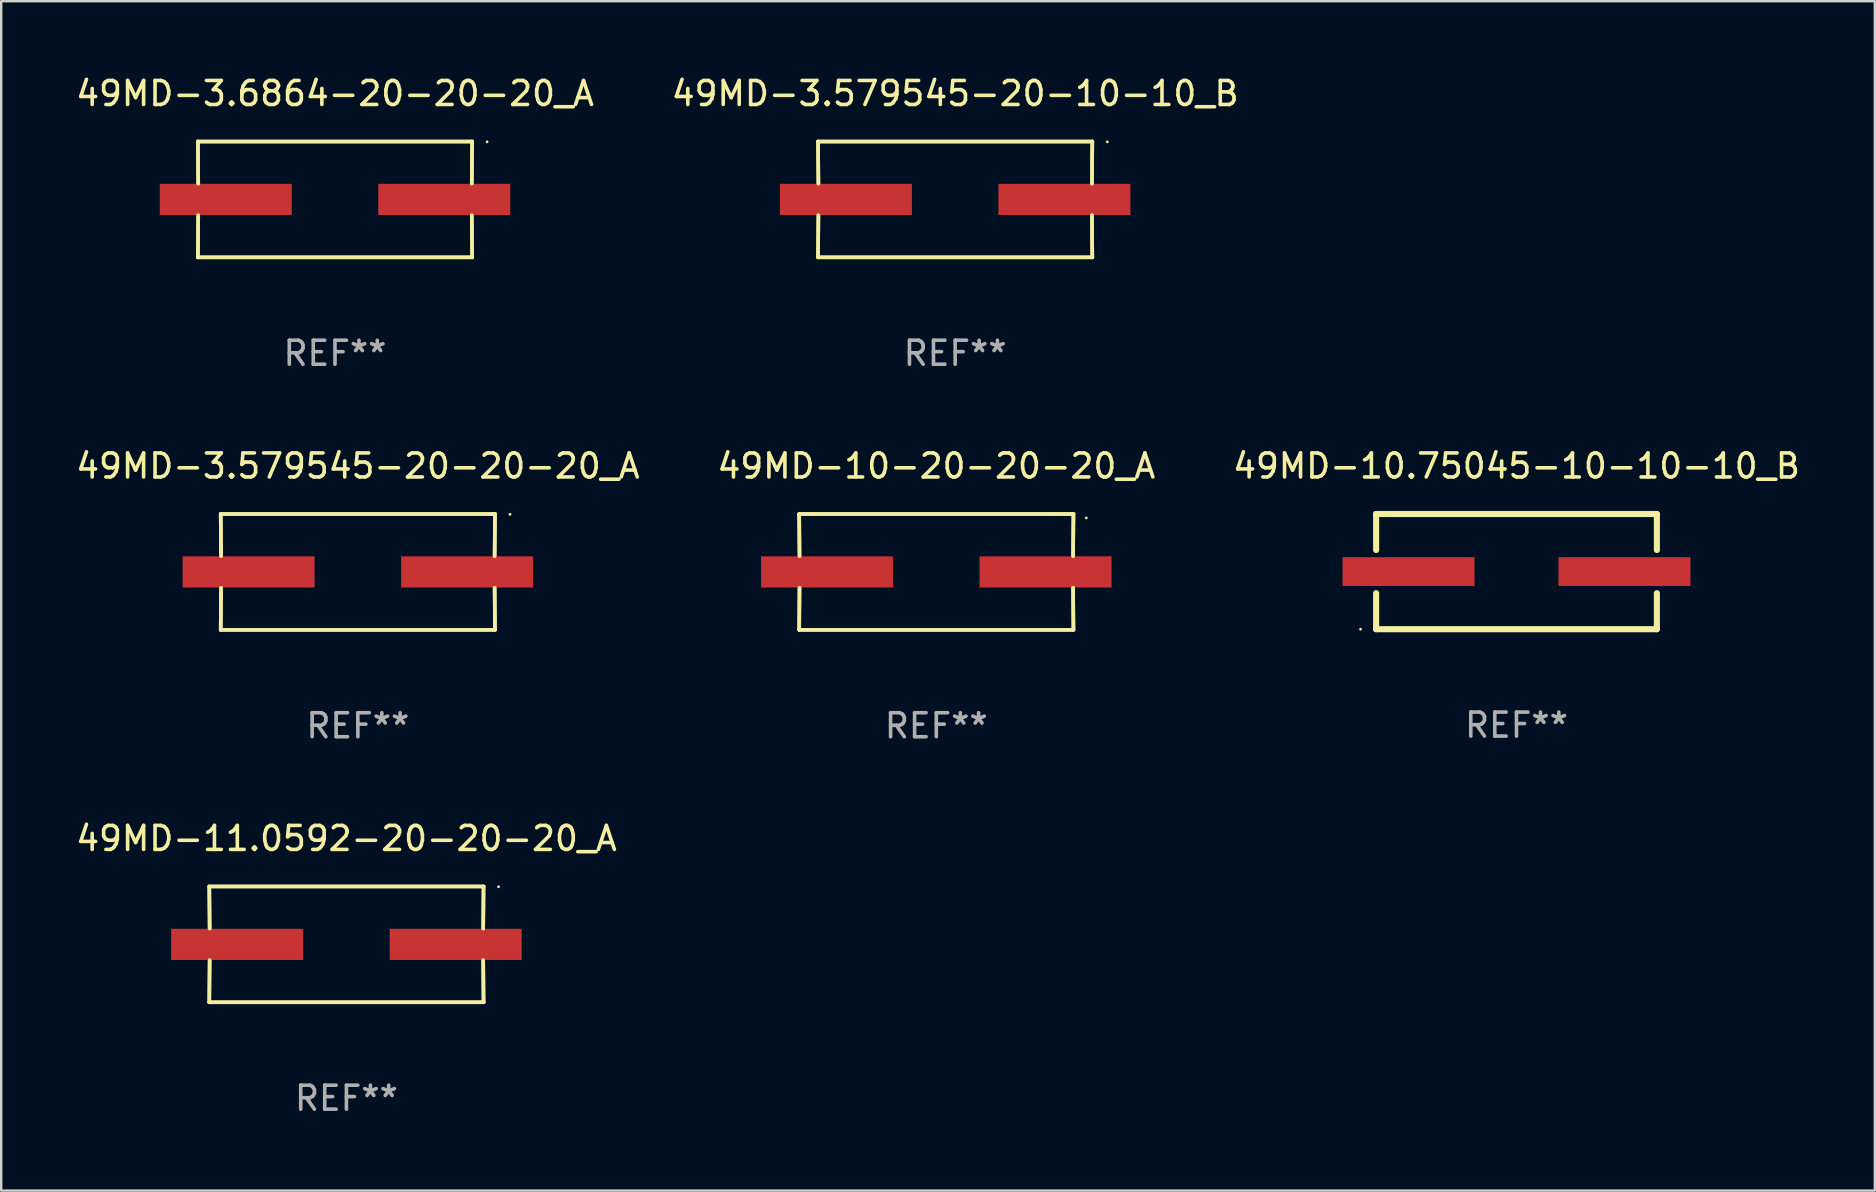
<source format=kicad_pcb>
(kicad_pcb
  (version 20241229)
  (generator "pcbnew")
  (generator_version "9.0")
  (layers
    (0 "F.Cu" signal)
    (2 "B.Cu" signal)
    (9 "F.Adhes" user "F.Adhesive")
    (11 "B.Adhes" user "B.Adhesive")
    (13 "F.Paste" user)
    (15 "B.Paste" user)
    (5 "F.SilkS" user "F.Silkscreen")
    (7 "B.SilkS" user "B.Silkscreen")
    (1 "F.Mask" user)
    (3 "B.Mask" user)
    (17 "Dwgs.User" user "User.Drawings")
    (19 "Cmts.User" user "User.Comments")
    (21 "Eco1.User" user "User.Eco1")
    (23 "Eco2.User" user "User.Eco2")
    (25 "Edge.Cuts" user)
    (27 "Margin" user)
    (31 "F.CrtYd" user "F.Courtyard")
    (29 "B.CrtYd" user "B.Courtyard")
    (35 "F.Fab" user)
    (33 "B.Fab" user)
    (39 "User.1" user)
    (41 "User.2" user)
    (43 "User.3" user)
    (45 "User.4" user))
  (footprint "49MD-10-20-20-20_A"
    (layer "F.Cu")
    (at 35.97 20.784)
    (property "Reference" "49MD-10-20-20-20_A" (at 0 -4.413 0) (layer "F.SilkS") (effects (font (size 1 1) (thickness 0.15))))
    (attr through_hole)
    (fp_line (start -5.715 -2.413) (end -5.7 -0.662) (stroke (width 0.152) (type solid)) (layer "F.SilkS"))
    (fp_line (start -5.715 -2.413) (end -5.7 -0.662) (stroke (width 0.152) (type solid)) (layer "F.SilkS"))
    (fp_line (start -5.715 2.413) (end 5.715 2.413) (stroke (width 0.152) (type solid)) (layer "F.SilkS"))
    (fp_line (start -5.715 2.413) (end 5.715 2.413) (stroke (width 0.152) (type solid)) (layer "F.SilkS"))
    (fp_line (start -5.7 0.662) (end -5.715 2.413) (stroke (width 0.152) (type solid)) (layer "F.SilkS"))
    (fp_line (start -5.7 0.662) (end -5.715 2.413) (stroke (width 0.152) (type solid)) (layer "F.SilkS"))
    (fp_line (start 5.7 -0.662) (end 5.715 -2.413) (stroke (width 0.152) (type solid)) (layer "F.SilkS"))
    (fp_line (start 5.7 -0.662) (end 5.715 -2.413) (stroke (width 0.152) (type solid)) (layer "F.SilkS"))
    (fp_line (start 5.715 -2.413) (end -5.715 -2.413) (stroke (width 0.152) (type solid)) (layer "F.SilkS"))
    (fp_line (start 5.715 -2.413) (end -5.715 -2.413) (stroke (width 0.152) (type solid)) (layer "F.SilkS"))
    (fp_line (start 5.715 2.413) (end 5.7 0.662) (stroke (width 0.152) (type solid)) (layer "F.SilkS"))
    (fp_line (start 5.715 2.413) (end 5.7 0.662) (stroke (width 0.152) (type solid)) (layer "F.SilkS"))
    (fp_circle (center 6.25 -2.25) (end 6.28 -2.25) (stroke (width 0.06) (type solid)) (fill no) (layer "F.SilkS"))
    (fp_text user "REF**" (at 0 6.413 0) (layer "F.Fab") (effects (font (size 1 1) (thickness 0.15))))
    (pad "1" smd rect (at 4.553 0.000127) (size 5.5 1.3) (layers "F.Cu" "F.Mask" "F.Paste"))
    (pad "2" smd rect (at -4.553 0.000127) (size 5.5 1.3) (layers "F.Cu" "F.Mask" "F.Paste")))
  (footprint "49MD-10.75045-10-10-10_B"
    (layer "F.Cu")
    (at 60.149 20.771)
    (property "Reference" "49MD-10.75045-10-10-10_B" (at 0 -4.4 0) (layer "F.SilkS") (effects (font (size 1 1) (thickness 0.15))))
    (attr through_hole)
    (fp_line (start -5.85 -2.4) (end 5.85 -2.4) (stroke (width 0.254) (type solid)) (layer "F.SilkS"))
    (fp_line (start -5.85 -2.4) (end -5.85 -0.9) (stroke (width 0.254) (type solid)) (layer "F.SilkS"))
    (fp_line (start -5.85 2.4) (end 5.85 2.4) (stroke (width 0.254) (type solid)) (layer "F.SilkS"))
    (fp_line (start -5.85 0.9) (end -5.85 2.4) (stroke (width 0.254) (type solid)) (layer "F.SilkS"))
    (fp_line (start 5.85 -2.4) (end 5.85 -0.9) (stroke (width 0.254) (type solid)) (layer "F.SilkS"))
    (fp_line (start 5.85 0.9) (end 5.85 2.4) (stroke (width 0.254) (type solid)) (layer "F.SilkS"))
    (fp_circle (center -6.5 2.4) (end -6.47 2.4) (stroke (width 0.06) (type solid)) (fill no) (layer "F.SilkS"))
    (fp_text user "REF**" (at 0 6.4 0) (layer "F.Fab") (effects (font (size 1 1) (thickness 0.15))))
    (pad "1" smd rect (at -4.5 -0.000025) (size 5.5 1.2) (layers "F.Cu" "F.Mask" "F.Paste"))
    (pad "2" smd rect (at 4.5 -0.000025) (size 5.5 1.2) (layers "F.Cu" "F.Mask" "F.Paste")))
  (footprint "49MD-3.6864-20-20-20_A"
    (layer "F.Cu")
    (at 10.911 5.261)
    (property "Reference" "49MD-3.6864-20-20-20_A" (at 0 -4.413 0) (layer "F.SilkS") (effects (font (size 1 1) (thickness 0.15))))
    (attr through_hole)
    (fp_line (start -5.715 -2.413) (end -5.7 -0.662) (stroke (width 0.152) (type solid)) (layer "F.SilkS"))
    (fp_line (start -5.715 -2.413) (end -5.7 -0.662) (stroke (width 0.152) (type solid)) (layer "F.SilkS"))
    (fp_line (start -5.715 2.413) (end 5.715 2.413) (stroke (width 0.152) (type solid)) (layer "F.SilkS"))
    (fp_line (start -5.715 2.413) (end 5.715 2.413) (stroke (width 0.152) (type solid)) (layer "F.SilkS"))
    (fp_line (start -5.7 0.662) (end -5.715 2.413) (stroke (width 0.152) (type solid)) (layer "F.SilkS"))
    (fp_line (start -5.7 0.662) (end -5.715 2.413) (stroke (width 0.152) (type solid)) (layer "F.SilkS"))
    (fp_line (start 5.7 -0.662) (end 5.715 -2.413) (stroke (width 0.152) (type solid)) (layer "F.SilkS"))
    (fp_line (start 5.7 -0.662) (end 5.715 -2.413) (stroke (width 0.152) (type solid)) (layer "F.SilkS"))
    (fp_line (start 5.715 -2.413) (end -5.715 -2.413) (stroke (width 0.152) (type solid)) (layer "F.SilkS"))
    (fp_line (start 5.715 -2.413) (end -5.715 -2.413) (stroke (width 0.152) (type solid)) (layer "F.SilkS"))
    (fp_line (start 5.715 2.413) (end 5.7 0.662) (stroke (width 0.152) (type solid)) (layer "F.SilkS"))
    (fp_line (start 5.715 2.413) (end 5.7 0.662) (stroke (width 0.152) (type solid)) (layer "F.SilkS"))
    (fp_circle (center 6.34 -2.4) (end 6.37 -2.4) (stroke (width 0.06) (type solid)) (fill no) (layer "F.SilkS"))
    (fp_text user "REF**" (at 0 6.413 0) (layer "F.Fab") (effects (font (size 1 1) (thickness 0.15))))
    (pad "1" smd rect (at 4.553 0) (size 5.5 1.3) (layers "F.Cu" "F.Mask" "F.Paste"))
    (pad "2" smd rect (at -4.553 0) (size 5.5 1.3) (layers "F.Cu" "F.Mask" "F.Paste")))
  (footprint "49MD-3.579545-20-20-20_A"
    (layer "F.Cu")
    (at 11.863 20.784)
    (property "Reference" "49MD-3.579545-20-20-20_A" (at 0 -4.413 0) (layer "F.SilkS") (effects (font (size 1 1) (thickness 0.15))))
    (attr through_hole)
    (fp_line (start -5.715 -2.413) (end -5.7 -0.662) (stroke (width 0.152) (type solid)) (layer "F.SilkS"))
    (fp_line (start -5.715 -2.413) (end -5.7 -0.662) (stroke (width 0.152) (type solid)) (layer "F.SilkS"))
    (fp_line (start -5.715 2.413) (end 5.715 2.413) (stroke (width 0.152) (type solid)) (layer "F.SilkS"))
    (fp_line (start -5.715 2.413) (end 5.715 2.413) (stroke (width 0.152) (type solid)) (layer "F.SilkS"))
    (fp_line (start -5.7 0.662) (end -5.715 2.413) (stroke (width 0.152) (type solid)) (layer "F.SilkS"))
    (fp_line (start -5.7 0.662) (end -5.715 2.413) (stroke (width 0.152) (type solid)) (layer "F.SilkS"))
    (fp_line (start 5.7 -0.662) (end 5.715 -2.413) (stroke (width 0.152) (type solid)) (layer "F.SilkS"))
    (fp_line (start 5.7 -0.662) (end 5.715 -2.413) (stroke (width 0.152) (type solid)) (layer "F.SilkS"))
    (fp_line (start 5.715 -2.413) (end -5.715 -2.413) (stroke (width 0.152) (type solid)) (layer "F.SilkS"))
    (fp_line (start 5.715 -2.413) (end -5.715 -2.413) (stroke (width 0.152) (type solid)) (layer "F.SilkS"))
    (fp_line (start 5.715 2.413) (end 5.7 0.662) (stroke (width 0.152) (type solid)) (layer "F.SilkS"))
    (fp_line (start 5.715 2.413) (end 5.7 0.662) (stroke (width 0.152) (type solid)) (layer "F.SilkS"))
    (fp_circle (center 6.34 -2.4) (end 6.37 -2.4) (stroke (width 0.06) (type solid)) (fill no) (layer "F.SilkS"))
    (fp_text user "REF**" (at 0 6.413 0) (layer "F.Fab") (effects (font (size 1 1) (thickness 0.15))))
    (pad "1" smd rect (at 4.553 0) (size 5.5 1.3) (layers "F.Cu" "F.Mask" "F.Paste"))
    (pad "2" smd rect (at -4.553 0) (size 5.5 1.3) (layers "F.Cu" "F.Mask" "F.Paste")))
  (footprint "49MD-11.0592-20-20-20_A"
    (layer "F.Cu")
    (at 11.387 36.306)
    (property "Reference" "49MD-11.0592-20-20-20_A" (at 0 -4.413 0) (layer "F.SilkS") (effects (font (size 1 1) (thickness 0.15))))
    (attr through_hole)
    (fp_line (start -5.715 -2.413) (end -5.7 -0.662) (stroke (width 0.152) (type solid)) (layer "F.SilkS"))
    (fp_line (start -5.715 -2.413) (end -5.7 -0.662) (stroke (width 0.152) (type solid)) (layer "F.SilkS"))
    (fp_line (start -5.715 2.413) (end 5.715 2.413) (stroke (width 0.152) (type solid)) (layer "F.SilkS"))
    (fp_line (start -5.715 2.413) (end 5.715 2.413) (stroke (width 0.152) (type solid)) (layer "F.SilkS"))
    (fp_line (start -5.7 0.662) (end -5.715 2.413) (stroke (width 0.152) (type solid)) (layer "F.SilkS"))
    (fp_line (start -5.7 0.662) (end -5.715 2.413) (stroke (width 0.152) (type solid)) (layer "F.SilkS"))
    (fp_line (start 5.7 -0.662) (end 5.715 -2.413) (stroke (width 0.152) (type solid)) (layer "F.SilkS"))
    (fp_line (start 5.7 -0.662) (end 5.715 -2.413) (stroke (width 0.152) (type solid)) (layer "F.SilkS"))
    (fp_line (start 5.715 -2.413) (end -5.715 -2.413) (stroke (width 0.152) (type solid)) (layer "F.SilkS"))
    (fp_line (start 5.715 -2.413) (end -5.715 -2.413) (stroke (width 0.152) (type solid)) (layer "F.SilkS"))
    (fp_line (start 5.715 2.413) (end 5.7 0.662) (stroke (width 0.152) (type solid)) (layer "F.SilkS"))
    (fp_line (start 5.715 2.413) (end 5.7 0.662) (stroke (width 0.152) (type solid)) (layer "F.SilkS"))
    (fp_circle (center 6.34 -2.4) (end 6.37 -2.4) (stroke (width 0.06) (type solid)) (fill no) (layer "F.SilkS"))
    (fp_text user "REF**" (at 0 6.413 0) (layer "F.Fab") (effects (font (size 1 1) (thickness 0.15))))
    (pad "1" smd rect (at 4.553 0) (size 5.5 1.3) (layers "F.Cu" "F.Mask" "F.Paste"))
    (pad "2" smd rect (at -4.553 0) (size 5.5 1.3) (layers "F.Cu" "F.Mask" "F.Paste")))
  (footprint "49MD-3.579545-20-10-10_B"
    (layer "F.Cu")
    (at 36.756 5.261)
    (property "Reference" "49MD-3.579545-20-10-10_B" (at 0 -4.413 0) (layer "F.SilkS") (effects (font (size 1 1) (thickness 0.15))))
    (attr through_hole)
    (fp_line (start -5.715 -2.413) (end -5.7 -0.662) (stroke (width 0.152) (type solid)) (layer "F.SilkS"))
    (fp_line (start -5.715 -2.413) (end -5.7 -0.662) (stroke (width 0.152) (type solid)) (layer "F.SilkS"))
    (fp_line (start -5.715 2.413) (end 5.715 2.413) (stroke (width 0.152) (type solid)) (layer "F.SilkS"))
    (fp_line (start -5.715 2.413) (end 5.715 2.413) (stroke (width 0.152) (type solid)) (layer "F.SilkS"))
    (fp_line (start -5.7 0.662) (end -5.715 2.413) (stroke (width 0.152) (type solid)) (layer "F.SilkS"))
    (fp_line (start -5.7 0.662) (end -5.715 2.413) (stroke (width 0.152) (type solid)) (layer "F.SilkS"))
    (fp_line (start 5.7 -0.662) (end 5.715 -2.413) (stroke (width 0.152) (type solid)) (layer "F.SilkS"))
    (fp_line (start 5.7 -0.662) (end 5.715 -2.413) (stroke (width 0.152) (type solid)) (layer "F.SilkS"))
    (fp_line (start 5.715 -2.413) (end -5.715 -2.413) (stroke (width 0.152) (type solid)) (layer "F.SilkS"))
    (fp_line (start 5.715 -2.413) (end -5.715 -2.413) (stroke (width 0.152) (type solid)) (layer "F.SilkS"))
    (fp_line (start 5.715 2.413) (end 5.7 0.662) (stroke (width 0.152) (type solid)) (layer "F.SilkS"))
    (fp_line (start 5.715 2.413) (end 5.7 0.662) (stroke (width 0.152) (type solid)) (layer "F.SilkS"))
    (fp_circle (center 6.34 -2.4) (end 6.37 -2.4) (stroke (width 0.06) (type solid)) (fill no) (layer "F.SilkS"))
    (fp_text user "REF**" (at 0 6.413 0) (layer "F.Fab") (effects (font (size 1 1) (thickness 0.15))))
    (pad "1" smd rect (at 4.553 0) (size 5.5 1.3) (layers "F.Cu" "F.Mask" "F.Paste"))
    (pad "2" smd rect (at -4.553 0) (size 5.5 1.3) (layers "F.Cu" "F.Mask" "F.Paste")))
  (gr_rect
    (start -3 -3)
    (end 75.083 46.568)
    (stroke (width 0.1) (type default))
    (fill no)
    (layer "Edge.Cuts")))
</source>
